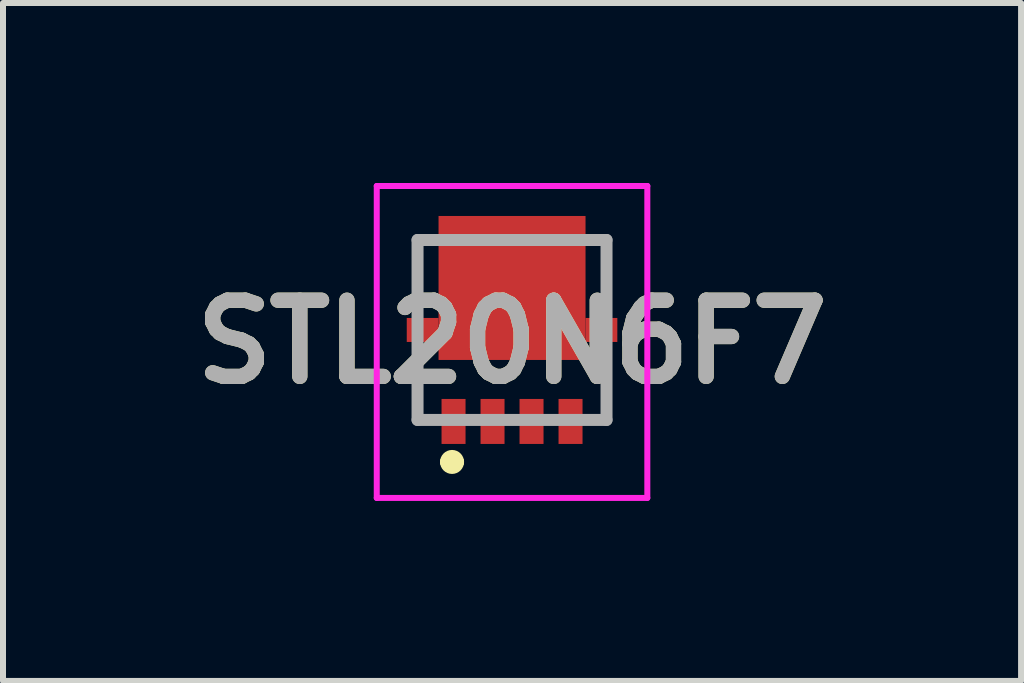
<source format=kicad_pcb>
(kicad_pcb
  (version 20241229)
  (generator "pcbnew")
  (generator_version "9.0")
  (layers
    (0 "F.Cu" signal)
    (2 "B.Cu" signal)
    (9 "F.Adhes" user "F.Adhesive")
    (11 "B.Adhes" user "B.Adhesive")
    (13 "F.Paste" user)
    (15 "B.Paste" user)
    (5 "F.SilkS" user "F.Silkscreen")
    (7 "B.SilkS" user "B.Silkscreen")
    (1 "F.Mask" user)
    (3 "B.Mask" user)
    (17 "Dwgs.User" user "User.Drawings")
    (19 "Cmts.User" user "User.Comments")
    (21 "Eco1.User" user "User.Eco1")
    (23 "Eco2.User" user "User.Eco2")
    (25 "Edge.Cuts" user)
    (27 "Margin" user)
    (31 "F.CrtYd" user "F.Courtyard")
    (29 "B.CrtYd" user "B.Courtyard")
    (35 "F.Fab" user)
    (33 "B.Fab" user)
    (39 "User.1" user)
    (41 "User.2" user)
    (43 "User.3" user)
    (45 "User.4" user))
  (footprint "STL20N6F7"
    (layer "F.Cu")
    (at 5.485 2.45)
    (property "Reference" "STL20N6F7" (at 0 0.2 0) (layer "F.SilkS") (effects (font (size 1.27 1.27) (thickness 0.254))))
    (attr smd)
    (fp_line (start -1.575 -1.5) (end -1.575 -0.4) (stroke (width 0.1) (type solid)) (layer "F.SilkS"))
    (fp_line (start -1.575 0.4) (end -1.575 1.5) (stroke (width 0.1) (type solid)) (layer "F.SilkS"))
    (fp_line (start -1.575 1.5) (end -1.4 1.5) (stroke (width 0.1) (type solid)) (layer "F.SilkS"))
    (fp_line (start -1.4 -1.5) (end -1.575 -1.5) (stroke (width 0.1) (type solid)) (layer "F.SilkS"))
    (fp_line (start -1.1 2.2) (end -1.1 2.2) (stroke (width 0.2) (type solid)) (layer "F.SilkS"))
    (fp_line (start -0.9 2.2) (end -0.9 2.2) (stroke (width 0.2) (type solid)) (layer "F.SilkS"))
    (fp_line (start 1.4 -1.5) (end 1.575 -1.5) (stroke (width 0.1) (type solid)) (layer "F.SilkS"))
    (fp_line (start 1.575 -1.5) (end 1.575 -0.4) (stroke (width 0.1) (type solid)) (layer "F.SilkS"))
    (fp_line (start 1.575 0.4) (end 1.575 1.5) (stroke (width 0.1) (type solid)) (layer "F.SilkS"))
    (fp_line (start 1.575 1.5) (end 1.4 1.5) (stroke (width 0.1) (type solid)) (layer "F.SilkS"))
    (fp_arc (start -1.1 2.2) (mid -1 2.1) (end -0.9 2.2) (stroke (width 0.2) (type solid)) (layer "F.SilkS"))
    (fp_arc (start -0.9 2.2) (mid -1 2.3) (end -1.1 2.2) (stroke (width 0.2) (type solid)) (layer "F.SilkS"))
    (fp_line (start -2.255 -2.4) (end 2.255 -2.4) (stroke (width 0.1) (type solid)) (layer "F.CrtYd"))
    (fp_line (start -2.255 2.8) (end -2.255 -2.4) (stroke (width 0.1) (type solid)) (layer "F.CrtYd"))
    (fp_line (start 2.255 -2.4) (end 2.255 2.8) (stroke (width 0.1) (type solid)) (layer "F.CrtYd"))
    (fp_line (start 2.255 2.8) (end -2.255 2.8) (stroke (width 0.1) (type solid)) (layer "F.CrtYd"))
    (fp_line (start -1.575 -1.5) (end 1.575 -1.5) (stroke (width 0.2) (type solid)) (layer "F.Fab"))
    (fp_line (start -1.575 1.5) (end -1.575 -1.5) (stroke (width 0.2) (type solid)) (layer "F.Fab"))
    (fp_line (start 1.575 -1.5) (end 1.575 1.5) (stroke (width 0.2) (type solid)) (layer "F.Fab"))
    (fp_line (start 1.575 1.5) (end -1.575 1.5) (stroke (width 0.2) (type solid)) (layer "F.Fab"))
    (fp_text user "${REFERENCE}" (at 0 0.2 0) (layer "F.Fab") (effects (font (size 1.27 1.27) (thickness 0.254))))
    (pad "1" smd rect (at -0.975 1.525) (size 0.4 0.75) (layers "F.Cu" "F.Mask" "F.Paste"))
    (pad "2" smd rect (at -0.325 1.525) (size 0.4 0.75) (layers "F.Cu" "F.Mask" "F.Paste"))
    (pad "3" smd rect (at 0.325 1.525) (size 0.4 0.75) (layers "F.Cu" "F.Mask" "F.Paste"))
    (pad "4" smd rect (at 0.975 1.525) (size 0.4 0.75) (layers "F.Cu" "F.Mask" "F.Paste"))
    (pad "5" smd rect (at 0 -0.7 90) (size 2.4 2.45) (layers "F.Cu" "F.Mask" "F.Paste"))
    (pad "6" smd rect (at -1.49 0 90) (size 0.4 0.53) (layers "F.Cu" "F.Mask" "F.Paste"))
    (pad "7" smd rect (at 1.49 0 90) (size 0.4 0.53) (layers "F.Cu" "F.Mask" "F.Paste")))
  (gr_rect
    (start -3 -3)
    (end 13.97 8.3)
    (stroke (width 0.1) (type default))
    (fill no)
    (layer "Edge.Cuts")))
</source>
